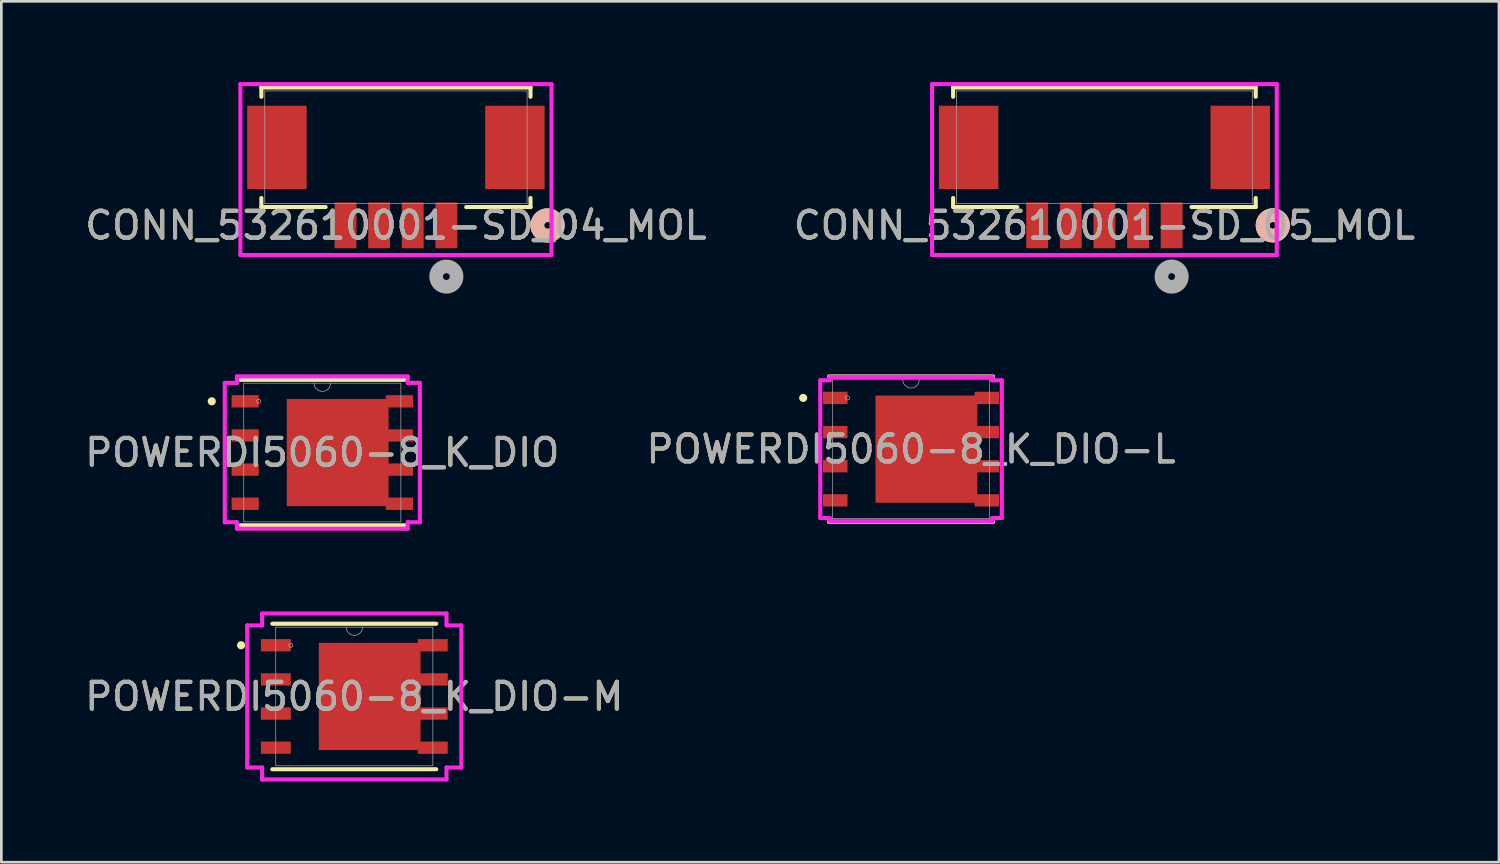
<source format=kicad_pcb>
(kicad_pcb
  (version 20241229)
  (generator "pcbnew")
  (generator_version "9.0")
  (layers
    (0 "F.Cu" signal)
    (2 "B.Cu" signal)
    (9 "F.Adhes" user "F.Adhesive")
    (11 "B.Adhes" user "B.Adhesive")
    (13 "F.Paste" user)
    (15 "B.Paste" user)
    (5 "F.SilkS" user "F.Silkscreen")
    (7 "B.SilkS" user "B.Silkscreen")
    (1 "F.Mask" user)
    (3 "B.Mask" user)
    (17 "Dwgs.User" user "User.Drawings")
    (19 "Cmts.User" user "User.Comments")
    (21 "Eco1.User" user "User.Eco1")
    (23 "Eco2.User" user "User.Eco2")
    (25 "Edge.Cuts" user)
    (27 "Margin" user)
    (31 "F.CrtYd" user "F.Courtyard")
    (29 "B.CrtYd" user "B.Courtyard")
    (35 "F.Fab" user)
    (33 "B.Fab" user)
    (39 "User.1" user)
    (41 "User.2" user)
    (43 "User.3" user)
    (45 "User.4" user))
  (footprint "POWERDI5060-8_K_DIO-L"
    (layer "F.Cu")
    (at 30.827 13.652)
    (property "Reference" "POWERDI5060-8_K_DIO-L" (at 0 0 0) (unlocked yes) (layer "F.SilkS") (effects (font (size 1 1) (thickness 0.15))))
    (attr smd)
    (fp_poly (pts (xy 2.464 -1.994) (xy -1.321 -1.994) (xy -1.321 1.994) (xy 2.464 1.994)) (stroke (width 0) (type solid)) (fill yes) (layer "F.Cu"))
    (fp_poly (pts (xy 2.464 -1.994) (xy -1.321 -1.994) (xy -1.321 1.994) (xy 2.464 1.994)) (stroke (width 0) (type solid)) (fill yes) (layer "F.Mask"))
    (fp_line (start -3.048 2.705) (end 3.048 2.705) (stroke (width 0.152) (type solid)) (layer "F.SilkS"))
    (fp_line (start 3.048 -2.705) (end -3.048 -2.705) (stroke (width 0.152) (type solid)) (layer "F.SilkS"))
    (fp_circle (center -4.01 -1.905) (end -3.934 -1.905) (stroke (width 0.152) (type solid)) (fill no) (layer "F.SilkS"))
    (fp_poly (pts (xy 2.464 -1.994) (xy -1.321 -1.994) (xy -1.321 1.994) (xy 2.464 1.994)) (stroke (width 0) (type solid)) (fill yes) (layer "F.Paste"))
    (fp_line (start -3.375 -2.56) (end -3.023 -2.56) (stroke (width 0.152) (type solid)) (layer "F.CrtYd"))
    (fp_line (start -3.375 2.56) (end -3.375 -2.56) (stroke (width 0.152) (type solid)) (layer "F.CrtYd"))
    (fp_line (start -3.375 2.56) (end -3.023 2.56) (stroke (width 0.152) (type solid)) (layer "F.CrtYd"))
    (fp_line (start -3.023 -2.68) (end 3.023 -2.68) (stroke (width 0.152) (type solid)) (layer "F.CrtYd"))
    (fp_line (start -3.023 -2.56) (end -3.023 -2.68) (stroke (width 0.152) (type solid)) (layer "F.CrtYd"))
    (fp_line (start -3.023 2.68) (end -3.023 2.56) (stroke (width 0.152) (type solid)) (layer "F.CrtYd"))
    (fp_line (start 3.023 -2.68) (end 3.023 -2.56) (stroke (width 0.152) (type solid)) (layer "F.CrtYd"))
    (fp_line (start 3.023 2.56) (end 3.023 2.68) (stroke (width 0.152) (type solid)) (layer "F.CrtYd"))
    (fp_line (start 3.023 2.68) (end -3.023 2.68) (stroke (width 0.152) (type solid)) (layer "F.CrtYd"))
    (fp_line (start 3.375 -2.56) (end 3.023 -2.56) (stroke (width 0.152) (type solid)) (layer "F.CrtYd"))
    (fp_line (start 3.375 -2.56) (end 3.375 2.56) (stroke (width 0.152) (type solid)) (layer "F.CrtYd"))
    (fp_line (start 3.375 2.56) (end 3.023 2.56) (stroke (width 0.152) (type solid)) (layer "F.CrtYd"))
    (fp_line (start -2.921 -2.578) (end -2.921 2.578) (stroke (width 0.025) (type solid)) (layer "F.Fab"))
    (fp_line (start -2.921 2.578) (end 2.921 2.578) (stroke (width 0.025) (type solid)) (layer "F.Fab"))
    (fp_line (start 2.921 -2.578) (end -2.921 -2.578) (stroke (width 0.025) (type solid)) (layer "F.Fab"))
    (fp_line (start 2.921 2.578) (end 2.921 -2.578) (stroke (width 0.025) (type solid)) (layer "F.Fab"))
    (fp_arc (start 0.3048 -2.5781) (mid 0 -2.2733) (end -0.3048 -2.5781) (stroke (width 0.0254) (type solid)) (layer "F.Fab"))
    (fp_circle (center -2.362 -1.905) (end -2.286 -1.905) (stroke (width 0.025) (type solid)) (fill no) (layer "F.Fab"))
    (fp_text user "${REFERENCE}" (at 0 0 0) (unlocked yes) (layer "F.Fab") (effects (font (size 1 1) (thickness 0.15))))
    (pad "1" smd rect (at -2.818 -1.905) (size 0.911 0.458) (layers "F.Cu" "F.Mask" "F.Paste"))
    (pad "2" smd rect (at -2.818 -0.635) (size 0.911 0.458) (layers "F.Cu" "F.Mask" "F.Paste"))
    (pad "3" smd rect (at -2.818 0.635) (size 0.911 0.458) (layers "F.Cu" "F.Mask" "F.Paste"))
    (pad "4" smd rect (at -2.818 1.905) (size 0.911 0.458) (layers "F.Cu" "F.Mask" "F.Paste"))
    (pad "5" smd rect (at 2.818 1.905) (size 0.911 0.458) (layers "F.Cu" "F.Mask" "F.Paste"))
    (pad "6" smd rect (at 2.818 0.635) (size 0.911 0.458) (layers "F.Cu" "F.Mask" "F.Paste"))
    (pad "7" smd rect (at 2.818 -0.635) (size 0.911 0.458) (layers "F.Cu" "F.Mask" "F.Paste"))
    (pad "8" smd rect (at 2.818 -1.905) (size 0.911 0.458) (layers "F.Cu" "F.Mask" "F.Paste")))
  (footprint "POWERDI5060-8_K_DIO-M"
    (layer "F.Cu")
    (at 10.125 22.849)
    (property "Reference" "POWERDI5060-8_K_DIO-M" (at 0 0 0) (unlocked yes) (layer "F.SilkS") (effects (font (size 1 1) (thickness 0.15))))
    (attr smd)
    (fp_poly (pts (xy 2.464 -1.994) (xy -1.321 -1.994) (xy -1.321 1.994) (xy 2.464 1.994)) (stroke (width 0) (type solid)) (fill yes) (layer "F.Cu"))
    (fp_poly (pts (xy 2.464 -1.994) (xy -1.321 -1.994) (xy -1.321 1.994) (xy 2.464 1.994)) (stroke (width 0) (type solid)) (fill yes) (layer "F.Mask"))
    (fp_line (start -3.048 2.705) (end 3.048 2.705) (stroke (width 0.152) (type solid)) (layer "F.SilkS"))
    (fp_line (start 3.048 -2.705) (end -3.048 -2.705) (stroke (width 0.152) (type solid)) (layer "F.SilkS"))
    (fp_circle (center -4.21 -1.905) (end -4.134 -1.905) (stroke (width 0.152) (type solid)) (fill no) (layer "F.SilkS"))
    (fp_poly (pts (xy 2.464 -1.994) (xy -1.321 -1.994) (xy -1.321 1.994) (xy 2.464 1.994)) (stroke (width 0) (type solid)) (fill yes) (layer "F.Paste"))
    (fp_line (start -3.981 -2.642) (end -3.429 -2.642) (stroke (width 0.152) (type solid)) (layer "F.CrtYd"))
    (fp_line (start -3.981 2.642) (end -3.981 -2.642) (stroke (width 0.152) (type solid)) (layer "F.CrtYd"))
    (fp_line (start -3.981 2.642) (end -3.429 2.642) (stroke (width 0.152) (type solid)) (layer "F.CrtYd"))
    (fp_line (start -3.429 -3.086) (end 3.429 -3.086) (stroke (width 0.152) (type solid)) (layer "F.CrtYd"))
    (fp_line (start -3.429 -2.642) (end -3.429 -3.086) (stroke (width 0.152) (type solid)) (layer "F.CrtYd"))
    (fp_line (start -3.429 3.086) (end -3.429 2.642) (stroke (width 0.152) (type solid)) (layer "F.CrtYd"))
    (fp_line (start 3.429 -3.086) (end 3.429 -2.642) (stroke (width 0.152) (type solid)) (layer "F.CrtYd"))
    (fp_line (start 3.429 2.642) (end 3.429 3.086) (stroke (width 0.152) (type solid)) (layer "F.CrtYd"))
    (fp_line (start 3.429 3.086) (end -3.429 3.086) (stroke (width 0.152) (type solid)) (layer "F.CrtYd"))
    (fp_line (start 3.981 -2.642) (end 3.429 -2.642) (stroke (width 0.152) (type solid)) (layer "F.CrtYd"))
    (fp_line (start 3.981 -2.642) (end 3.981 2.642) (stroke (width 0.152) (type solid)) (layer "F.CrtYd"))
    (fp_line (start 3.981 2.642) (end 3.429 2.642) (stroke (width 0.152) (type solid)) (layer "F.CrtYd"))
    (fp_line (start -2.921 -2.578) (end -2.921 2.578) (stroke (width 0.025) (type solid)) (layer "F.Fab"))
    (fp_line (start -2.921 2.578) (end 2.921 2.578) (stroke (width 0.025) (type solid)) (layer "F.Fab"))
    (fp_line (start 2.921 -2.578) (end -2.921 -2.578) (stroke (width 0.025) (type solid)) (layer "F.Fab"))
    (fp_line (start 2.921 2.578) (end 2.921 -2.578) (stroke (width 0.025) (type solid)) (layer "F.Fab"))
    (fp_arc (start 0.3048 -2.5781) (mid 0 -2.2733) (end -0.3048 -2.5781) (stroke (width 0.0254) (type solid)) (layer "F.Fab"))
    (fp_circle (center -2.362 -1.905) (end -2.286 -1.905) (stroke (width 0.025) (type solid)) (fill no) (layer "F.Fab"))
    (fp_text user "${REFERENCE}" (at 0 0 0) (unlocked yes) (layer "F.Fab") (effects (font (size 1 1) (thickness 0.15))))
    (pad "1" smd rect (at -2.918 -1.905) (size 1.111 0.458) (layers "F.Cu" "F.Mask" "F.Paste"))
    (pad "2" smd rect (at -2.918 -0.635) (size 1.111 0.458) (layers "F.Cu" "F.Mask" "F.Paste"))
    (pad "3" smd rect (at -2.918 0.635) (size 1.111 0.458) (layers "F.Cu" "F.Mask" "F.Paste"))
    (pad "4" smd rect (at -2.918 1.905) (size 1.111 0.458) (layers "F.Cu" "F.Mask" "F.Paste"))
    (pad "5" smd rect (at 2.918 1.905) (size 1.111 0.458) (layers "F.Cu" "F.Mask" "F.Paste"))
    (pad "6" smd rect (at 2.918 0.635) (size 1.111 0.458) (layers "F.Cu" "F.Mask" "F.Paste"))
    (pad "7" smd rect (at 2.918 -0.635) (size 1.111 0.458) (layers "F.Cu" "F.Mask" "F.Paste"))
    (pad "8" smd rect (at 2.918 -1.905) (size 1.111 0.458) (layers "F.Cu" "F.Mask" "F.Paste")))
  (footprint "CONN_532610001-SD_04_MOL"
    (layer "F.Cu")
    (at 11.673 2.426)
    (property "Reference" "CONN_532610001-SD_04_MOL" (at 0 2.905 0) (unlocked yes) (layer "F.SilkS") (effects (font (size 1 1) (thickness 0.15))))
    (attr smd)
    (fp_line (start -5.004 -2.223) (end -5.004 -1.878) (stroke (width 0.152) (type solid)) (layer "F.SilkS"))
    (fp_line (start -5.004 1.887) (end -5.004 2.223) (stroke (width 0.152) (type solid)) (layer "F.SilkS"))
    (fp_line (start -5.004 2.223) (end -2.614 2.223) (stroke (width 0.152) (type solid)) (layer "F.SilkS"))
    (fp_line (start 2.614 2.223) (end 5.004 2.223) (stroke (width 0.152) (type solid)) (layer "F.SilkS"))
    (fp_line (start 5.004 -2.223) (end -5.004 -2.223) (stroke (width 0.152) (type solid)) (layer "F.SilkS"))
    (fp_line (start 5.004 -1.878) (end 5.004 -2.223) (stroke (width 0.152) (type solid)) (layer "F.SilkS"))
    (fp_line (start 5.004 2.223) (end 5.004 1.887) (stroke (width 0.152) (type solid)) (layer "F.SilkS"))
    (fp_circle (center 5.639 2.905) (end 6.02 2.905) (stroke (width 0.508) (type solid)) (fill no) (layer "F.SilkS"))
    (fp_circle (center 5.639 2.905) (end 6.02 2.905) (stroke (width 0.508) (type solid)) (fill no) (layer "B.SilkS"))
    (fp_line (start -5.784 -2.349) (end -5.784 4.009) (stroke (width 0.152) (type solid)) (layer "F.CrtYd"))
    (fp_line (start -5.784 4.009) (end 5.784 4.009) (stroke (width 0.152) (type solid)) (layer "F.CrtYd"))
    (fp_line (start 5.784 -2.349) (end -5.784 -2.349) (stroke (width 0.152) (type solid)) (layer "F.CrtYd"))
    (fp_line (start 5.784 4.009) (end 5.784 -2.349) (stroke (width 0.152) (type solid)) (layer "F.CrtYd"))
    (fp_line (start -4.877 -2.095) (end -4.877 2.095) (stroke (width 0.025) (type solid)) (layer "F.Fab"))
    (fp_line (start -4.877 2.095) (end 4.877 2.095) (stroke (width 0.025) (type solid)) (layer "F.Fab"))
    (fp_line (start 4.877 -2.095) (end -4.877 -2.095) (stroke (width 0.025) (type solid)) (layer "F.Fab"))
    (fp_line (start 4.877 2.095) (end 4.877 -2.095) (stroke (width 0.025) (type solid)) (layer "F.Fab"))
    (fp_circle (center 1.875 4.809) (end 2.256 4.809) (stroke (width 0.508) (type solid)) (fill no) (layer "F.Fab"))
    (fp_text user "${REFERENCE}" (at 0 2.905 0) (unlocked yes) (layer "F.Fab") (effects (font (size 1 1) (thickness 0.15))))
    (pad "1" smd rect (at 1.875 2.905) (size 0.813 1.702) (layers "F.Cu" "F.Mask" "F.Paste"))
    (pad "2" smd rect (at 0.625 2.905) (size 0.813 1.702) (layers "F.Cu" "F.Mask" "F.Paste"))
    (pad "3" smd rect (at -0.625 2.905) (size 0.813 1.702) (layers "F.Cu" "F.Mask" "F.Paste"))
    (pad "4" smd rect (at -1.875 2.905) (size 0.813 1.702) (layers "F.Cu" "F.Mask" "F.Paste"))
    (pad "5" smd rect (at -4.425 0.005) (size 2.21 3.099) (layers "F.Cu" "F.Mask" "F.Paste"))
    (pad "6" smd rect (at 4.425 0.005) (size 2.21 3.099) (layers "F.Cu" "F.Mask" "F.Paste")))
  (footprint "POWERDI5060-8_K_DIO"
    (layer "F.Cu")
    (at 8.935 13.778)
    (property "Reference" "POWERDI5060-8_K_DIO" (at 0 0 0) (unlocked yes) (layer "F.SilkS") (effects (font (size 1 1) (thickness 0.15))))
    (attr smd)
    (fp_poly (pts (xy 2.464 -1.994) (xy -1.321 -1.994) (xy -1.321 1.994) (xy 2.464 1.994)) (stroke (width 0) (type solid)) (fill yes) (layer "F.Cu"))
    (fp_poly (pts (xy 2.464 -1.994) (xy -1.321 -1.994) (xy -1.321 1.994) (xy 2.464 1.994)) (stroke (width 0) (type solid)) (fill yes) (layer "F.Mask"))
    (fp_line (start -3.048 2.705) (end 3.048 2.705) (stroke (width 0.152) (type solid)) (layer "F.SilkS"))
    (fp_line (start 3.048 -2.705) (end -3.048 -2.705) (stroke (width 0.152) (type solid)) (layer "F.SilkS"))
    (fp_circle (center -4.11 -1.905) (end -4.034 -1.905) (stroke (width 0.152) (type solid)) (fill no) (layer "F.SilkS"))
    (fp_poly (pts (xy 2.464 -1.994) (xy -1.321 -1.994) (xy -1.321 1.994) (xy 2.464 1.994)) (stroke (width 0) (type solid)) (fill yes) (layer "F.Paste"))
    (fp_line (start -3.627 -2.591) (end -3.175 -2.591) (stroke (width 0.152) (type solid)) (layer "F.CrtYd"))
    (fp_line (start -3.627 2.591) (end -3.627 -2.591) (stroke (width 0.152) (type solid)) (layer "F.CrtYd"))
    (fp_line (start -3.627 2.591) (end -3.175 2.591) (stroke (width 0.152) (type solid)) (layer "F.CrtYd"))
    (fp_line (start -3.175 -2.832) (end 3.175 -2.832) (stroke (width 0.152) (type solid)) (layer "F.CrtYd"))
    (fp_line (start -3.175 -2.591) (end -3.175 -2.832) (stroke (width 0.152) (type solid)) (layer "F.CrtYd"))
    (fp_line (start -3.175 2.832) (end -3.175 2.591) (stroke (width 0.152) (type solid)) (layer "F.CrtYd"))
    (fp_line (start 3.175 -2.832) (end 3.175 -2.591) (stroke (width 0.152) (type solid)) (layer "F.CrtYd"))
    (fp_line (start 3.175 2.591) (end 3.175 2.832) (stroke (width 0.152) (type solid)) (layer "F.CrtYd"))
    (fp_line (start 3.175 2.832) (end -3.175 2.832) (stroke (width 0.152) (type solid)) (layer "F.CrtYd"))
    (fp_line (start 3.627 -2.591) (end 3.175 -2.591) (stroke (width 0.152) (type solid)) (layer "F.CrtYd"))
    (fp_line (start 3.627 -2.591) (end 3.627 2.591) (stroke (width 0.152) (type solid)) (layer "F.CrtYd"))
    (fp_line (start 3.627 2.591) (end 3.175 2.591) (stroke (width 0.152) (type solid)) (layer "F.CrtYd"))
    (fp_line (start -2.921 -2.578) (end -2.921 2.578) (stroke (width 0.025) (type solid)) (layer "F.Fab"))
    (fp_line (start -2.921 2.578) (end 2.921 2.578) (stroke (width 0.025) (type solid)) (layer "F.Fab"))
    (fp_line (start 2.921 -2.578) (end -2.921 -2.578) (stroke (width 0.025) (type solid)) (layer "F.Fab"))
    (fp_line (start 2.921 2.578) (end 2.921 -2.578) (stroke (width 0.025) (type solid)) (layer "F.Fab"))
    (fp_arc (start 0.3048 -2.5781) (mid 0 -2.2733) (end -0.3048 -2.5781) (stroke (width 0.0254) (type solid)) (layer "F.Fab"))
    (fp_circle (center -2.362 -1.905) (end -2.286 -1.905) (stroke (width 0.025) (type solid)) (fill no) (layer "F.Fab"))
    (fp_text user "${REFERENCE}" (at 0 0 0) (unlocked yes) (layer "F.Fab") (effects (font (size 1 1) (thickness 0.15))))
    (pad "1" smd rect (at -2.868 -1.905) (size 1.011 0.458) (layers "F.Cu" "F.Mask" "F.Paste"))
    (pad "2" smd rect (at -2.868 -0.635) (size 1.011 0.458) (layers "F.Cu" "F.Mask" "F.Paste"))
    (pad "3" smd rect (at -2.868 0.635) (size 1.011 0.458) (layers "F.Cu" "F.Mask" "F.Paste"))
    (pad "4" smd rect (at -2.868 1.905) (size 1.011 0.458) (layers "F.Cu" "F.Mask" "F.Paste"))
    (pad "5" smd rect (at 2.868 1.905) (size 1.011 0.458) (layers "F.Cu" "F.Mask" "F.Paste"))
    (pad "6" smd rect (at 2.868 0.635) (size 1.011 0.458) (layers "F.Cu" "F.Mask" "F.Paste"))
    (pad "7" smd rect (at 2.868 -0.635) (size 1.011 0.458) (layers "F.Cu" "F.Mask" "F.Paste"))
    (pad "8" smd rect (at 2.868 -1.905) (size 1.011 0.458) (layers "F.Cu" "F.Mask" "F.Paste")))
  (footprint "CONN_532610001-SD_05_MOL"
    (layer "F.Cu")
    (at 38.018 2.426)
    (property "Reference" "CONN_532610001-SD_05_MOL" (at 0 2.905 0) (unlocked yes) (layer "F.SilkS") (effects (font (size 1 1) (thickness 0.15))))
    (attr smd)
    (fp_line (start -5.626 -2.223) (end -5.626 -1.878) (stroke (width 0.152) (type solid)) (layer "F.SilkS"))
    (fp_line (start -5.626 1.887) (end -5.626 2.223) (stroke (width 0.152) (type solid)) (layer "F.SilkS"))
    (fp_line (start -5.626 2.223) (end -3.239 2.223) (stroke (width 0.152) (type solid)) (layer "F.SilkS"))
    (fp_line (start 3.239 2.223) (end 5.626 2.223) (stroke (width 0.152) (type solid)) (layer "F.SilkS"))
    (fp_line (start 5.626 -2.223) (end -5.626 -2.223) (stroke (width 0.152) (type solid)) (layer "F.SilkS"))
    (fp_line (start 5.626 -1.878) (end 5.626 -2.223) (stroke (width 0.152) (type solid)) (layer "F.SilkS"))
    (fp_line (start 5.626 2.223) (end 5.626 1.887) (stroke (width 0.152) (type solid)) (layer "F.SilkS"))
    (fp_circle (center 6.261 2.905) (end 6.642 2.905) (stroke (width 0.508) (type solid)) (fill no) (layer "F.SilkS"))
    (fp_circle (center 6.261 2.905) (end 6.642 2.905) (stroke (width 0.508) (type solid)) (fill no) (layer "B.SilkS"))
    (fp_line (start -6.409 -2.349) (end -6.409 4.009) (stroke (width 0.152) (type solid)) (layer "F.CrtYd"))
    (fp_line (start -6.409 4.009) (end 6.409 4.009) (stroke (width 0.152) (type solid)) (layer "F.CrtYd"))
    (fp_line (start 6.409 -2.349) (end -6.409 -2.349) (stroke (width 0.152) (type solid)) (layer "F.CrtYd"))
    (fp_line (start 6.409 4.009) (end 6.409 -2.349) (stroke (width 0.152) (type solid)) (layer "F.CrtYd"))
    (fp_line (start -5.499 -2.095) (end -5.499 2.095) (stroke (width 0.025) (type solid)) (layer "F.Fab"))
    (fp_line (start -5.499 2.095) (end 5.499 2.095) (stroke (width 0.025) (type solid)) (layer "F.Fab"))
    (fp_line (start 5.499 -2.095) (end -5.499 -2.095) (stroke (width 0.025) (type solid)) (layer "F.Fab"))
    (fp_line (start 5.499 2.095) (end 5.499 -2.095) (stroke (width 0.025) (type solid)) (layer "F.Fab"))
    (fp_circle (center 2.5 4.809) (end 2.881 4.809) (stroke (width 0.508) (type solid)) (fill no) (layer "F.Fab"))
    (fp_text user "${REFERENCE}" (at 0 2.905 0) (unlocked yes) (layer "F.Fab") (effects (font (size 1 1) (thickness 0.15))))
    (pad "1" smd rect (at 2.5 2.905) (size 0.813 1.702) (layers "F.Cu" "F.Mask" "F.Paste"))
    (pad "2" smd rect (at 1.25 2.905) (size 0.813 1.702) (layers "F.Cu" "F.Mask" "F.Paste"))
    (pad "3" smd rect (at 0 2.905) (size 0.813 1.702) (layers "F.Cu" "F.Mask" "F.Paste"))
    (pad "4" smd rect (at -1.25 2.905) (size 0.813 1.702) (layers "F.Cu" "F.Mask" "F.Paste"))
    (pad "5" smd rect (at -2.5 2.905) (size 0.813 1.702) (layers "F.Cu" "F.Mask" "F.Paste"))
    (pad "6" smd rect (at -5.05 0.005) (size 2.21 3.099) (layers "F.Cu" "F.Mask" "F.Paste"))
    (pad "7" smd rect (at 5.05 0.005) (size 2.21 3.099) (layers "F.Cu" "F.Mask" "F.Paste")))
  (gr_rect
    (start -3 -3)
    (end 52.69 29.011)
    (stroke (width 0.1) (type default))
    (fill no)
    (layer "Edge.Cuts")))
</source>
